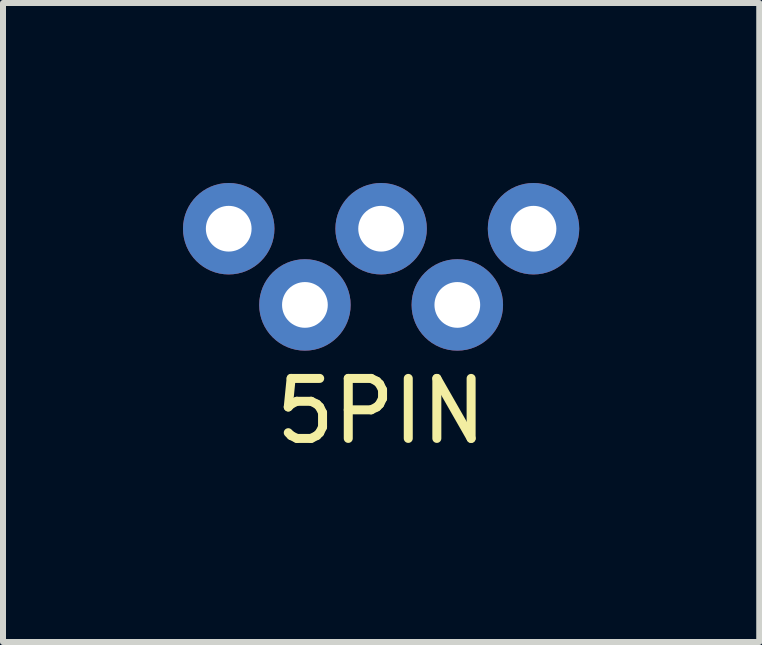
<source format=kicad_pcb>
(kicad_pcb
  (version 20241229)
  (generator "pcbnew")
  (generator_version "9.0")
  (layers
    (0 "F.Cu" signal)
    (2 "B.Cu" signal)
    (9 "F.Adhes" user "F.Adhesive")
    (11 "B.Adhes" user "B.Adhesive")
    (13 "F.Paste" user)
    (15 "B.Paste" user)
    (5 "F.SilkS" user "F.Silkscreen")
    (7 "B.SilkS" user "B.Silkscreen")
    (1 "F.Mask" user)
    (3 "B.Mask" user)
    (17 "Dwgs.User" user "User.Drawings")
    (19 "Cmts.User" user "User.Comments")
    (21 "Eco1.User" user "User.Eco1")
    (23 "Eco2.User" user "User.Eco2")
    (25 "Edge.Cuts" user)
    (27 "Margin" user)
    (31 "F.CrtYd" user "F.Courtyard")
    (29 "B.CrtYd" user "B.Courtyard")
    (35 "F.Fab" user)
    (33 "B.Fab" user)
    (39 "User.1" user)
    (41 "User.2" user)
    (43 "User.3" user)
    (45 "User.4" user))
  (footprint "5PIN"
    (layer "F.Cu")
    (at 3.302 3.302)
    (property "Reference" "5PIN" (at 0 0.5 0) (layer "F.SilkS") (effects (font (size 1 1) (thickness 0.15))))
    (attr through_hole)
    (pad "1" thru_hole circle (at -2.54 -2.54) (size 1.524 1.524) (drill 0.762) (layers "*.Cu" "*.Mask"))
    (pad "2" thru_hole circle (at -1.27 -1.27) (size 1.524 1.524) (drill 0.762) (layers "*.Cu" "*.Mask"))
    (pad "3" thru_hole circle (at 0 -2.54) (size 1.524 1.524) (drill 0.762) (layers "*.Cu" "*.Mask"))
    (pad "4" thru_hole circle (at 1.27 -1.27) (size 1.524 1.524) (drill 0.762) (layers "*.Cu" "*.Mask"))
    (pad "5" thru_hole circle (at 2.54 -2.54) (size 1.524 1.524) (drill 0.762) (layers "*.Cu" "*.Mask")))
  (gr_rect
    (start -3 -3)
    (end 9.604 7.65)
    (stroke (width 0.1) (type default))
    (fill no)
    (layer "Edge.Cuts")))
</source>
